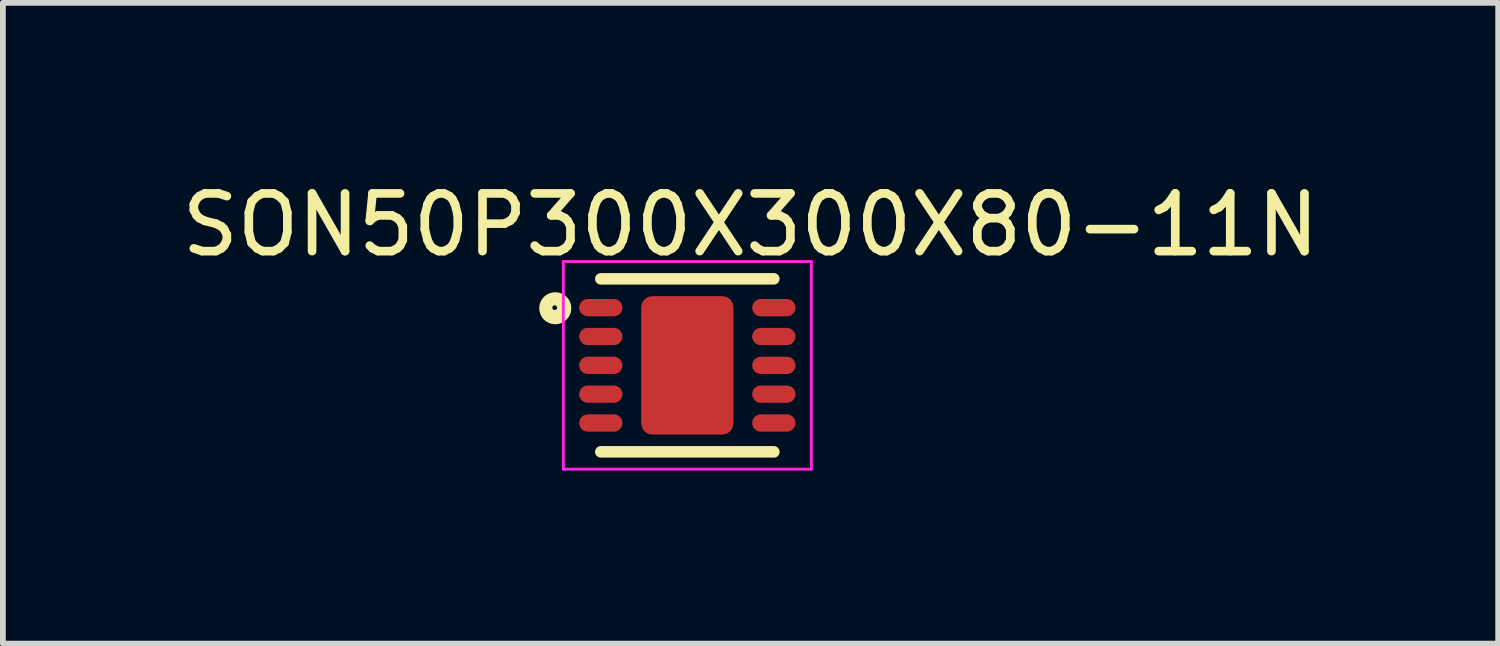
<source format=kicad_pcb>
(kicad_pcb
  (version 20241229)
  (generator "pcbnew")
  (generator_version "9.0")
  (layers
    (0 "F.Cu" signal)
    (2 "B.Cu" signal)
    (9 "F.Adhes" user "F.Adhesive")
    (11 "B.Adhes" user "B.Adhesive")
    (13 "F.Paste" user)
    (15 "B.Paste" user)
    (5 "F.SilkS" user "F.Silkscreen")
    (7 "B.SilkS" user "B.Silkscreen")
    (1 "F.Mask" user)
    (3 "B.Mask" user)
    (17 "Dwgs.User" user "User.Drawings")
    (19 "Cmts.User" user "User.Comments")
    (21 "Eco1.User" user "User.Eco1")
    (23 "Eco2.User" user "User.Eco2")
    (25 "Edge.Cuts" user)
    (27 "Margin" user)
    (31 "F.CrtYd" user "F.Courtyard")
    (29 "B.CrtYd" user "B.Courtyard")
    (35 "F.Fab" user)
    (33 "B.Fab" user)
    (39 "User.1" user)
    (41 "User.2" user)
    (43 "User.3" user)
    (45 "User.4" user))
  (footprint "SON50P300X300X80-11N"
    (layer "F.Cu")
    (at 8.868 3.285)
    (property "Reference" "SON50P300X300X80-11N" (at 1.096 -2.436 0) (layer "F.SilkS") (effects (font (size 1.001 1.001) (thickness 0.15))))
    (attr through_hole)
    (fp_line (start -1.5 -1.5) (end 1.5 -1.5) (stroke (width 0.2) (type solid)) (layer "F.SilkS"))
    (fp_line (start -1.5 1.5) (end 1.5 1.5) (stroke (width 0.2) (type solid)) (layer "F.SilkS"))
    (fp_circle (center -2.3 -1) (end -2.159 -1) (stroke (width 0.2) (type solid)) (fill no) (layer "F.SilkS"))
    (fp_circle (center -2.29 -0.99) (end -2.212 -0.99) (stroke (width 0.2) (type solid)) (fill no) (layer "F.SilkS"))
    (fp_poly (pts (xy -0.501 -0.8) (xy 0.5 -0.8) (xy 0.5 0.801) (xy -0.501 0.801)) (stroke (width 0.01) (type solid)) (fill yes) (layer "F.Paste"))
    (fp_line (start -2.15 -1.8) (end 2.15 -1.8) (stroke (width 0.05) (type solid)) (layer "F.CrtYd"))
    (fp_line (start -2.15 1.8) (end -2.15 -1.8) (stroke (width 0.05) (type solid)) (layer "F.CrtYd"))
    (fp_line (start 2.15 -1.8) (end 2.15 1.8) (stroke (width 0.05) (type solid)) (layer "F.CrtYd"))
    (fp_line (start 2.15 1.8) (end -2.15 1.8) (stroke (width 0.05) (type solid)) (layer "F.CrtYd"))
    (pad "1" smd oval (at -1.5 -1) (size 0.75 0.3) (layers "F.Cu" "F.Mask" "F.Paste"))
    (pad "2" smd oval (at -1.5 -0.5) (size 0.75 0.3) (layers "F.Cu" "F.Mask" "F.Paste"))
    (pad "3" smd oval (at -1.5 0) (size 0.75 0.3) (layers "F.Cu" "F.Mask" "F.Paste"))
    (pad "4" smd oval (at -1.5 0.5) (size 0.75 0.3) (layers "F.Cu" "F.Mask" "F.Paste"))
    (pad "5" smd oval (at -1.5 1) (size 0.75 0.3) (layers "F.Cu" "F.Mask" "F.Paste"))
    (pad "6" smd oval (at 1.5 1 180) (size 0.75 0.3) (layers "F.Cu" "F.Mask" "F.Paste"))
    (pad "7" smd oval (at 1.5 0.5 180) (size 0.75 0.3) (layers "F.Cu" "F.Mask" "F.Paste"))
    (pad "8" smd oval (at 1.5 0 180) (size 0.75 0.3) (layers "F.Cu" "F.Mask" "F.Paste"))
    (pad "9" smd oval (at 1.5 -0.5 180) (size 0.75 0.3) (layers "F.Cu" "F.Mask" "F.Paste"))
    (pad "10" smd oval (at 1.5 -1 180) (size 0.75 0.3) (layers "F.Cu" "F.Mask" "F.Paste"))
    (pad "11" smd roundrect (at 0 0) (size 1.6 2.4) (layers "F.Cu" "F.Mask") (roundrect_rratio 0.12)))
  (gr_rect
    (start -3 -3)
    (end 22.928 8.11)
    (stroke (width 0.1) (type default))
    (fill no)
    (layer "Edge.Cuts")))
</source>
